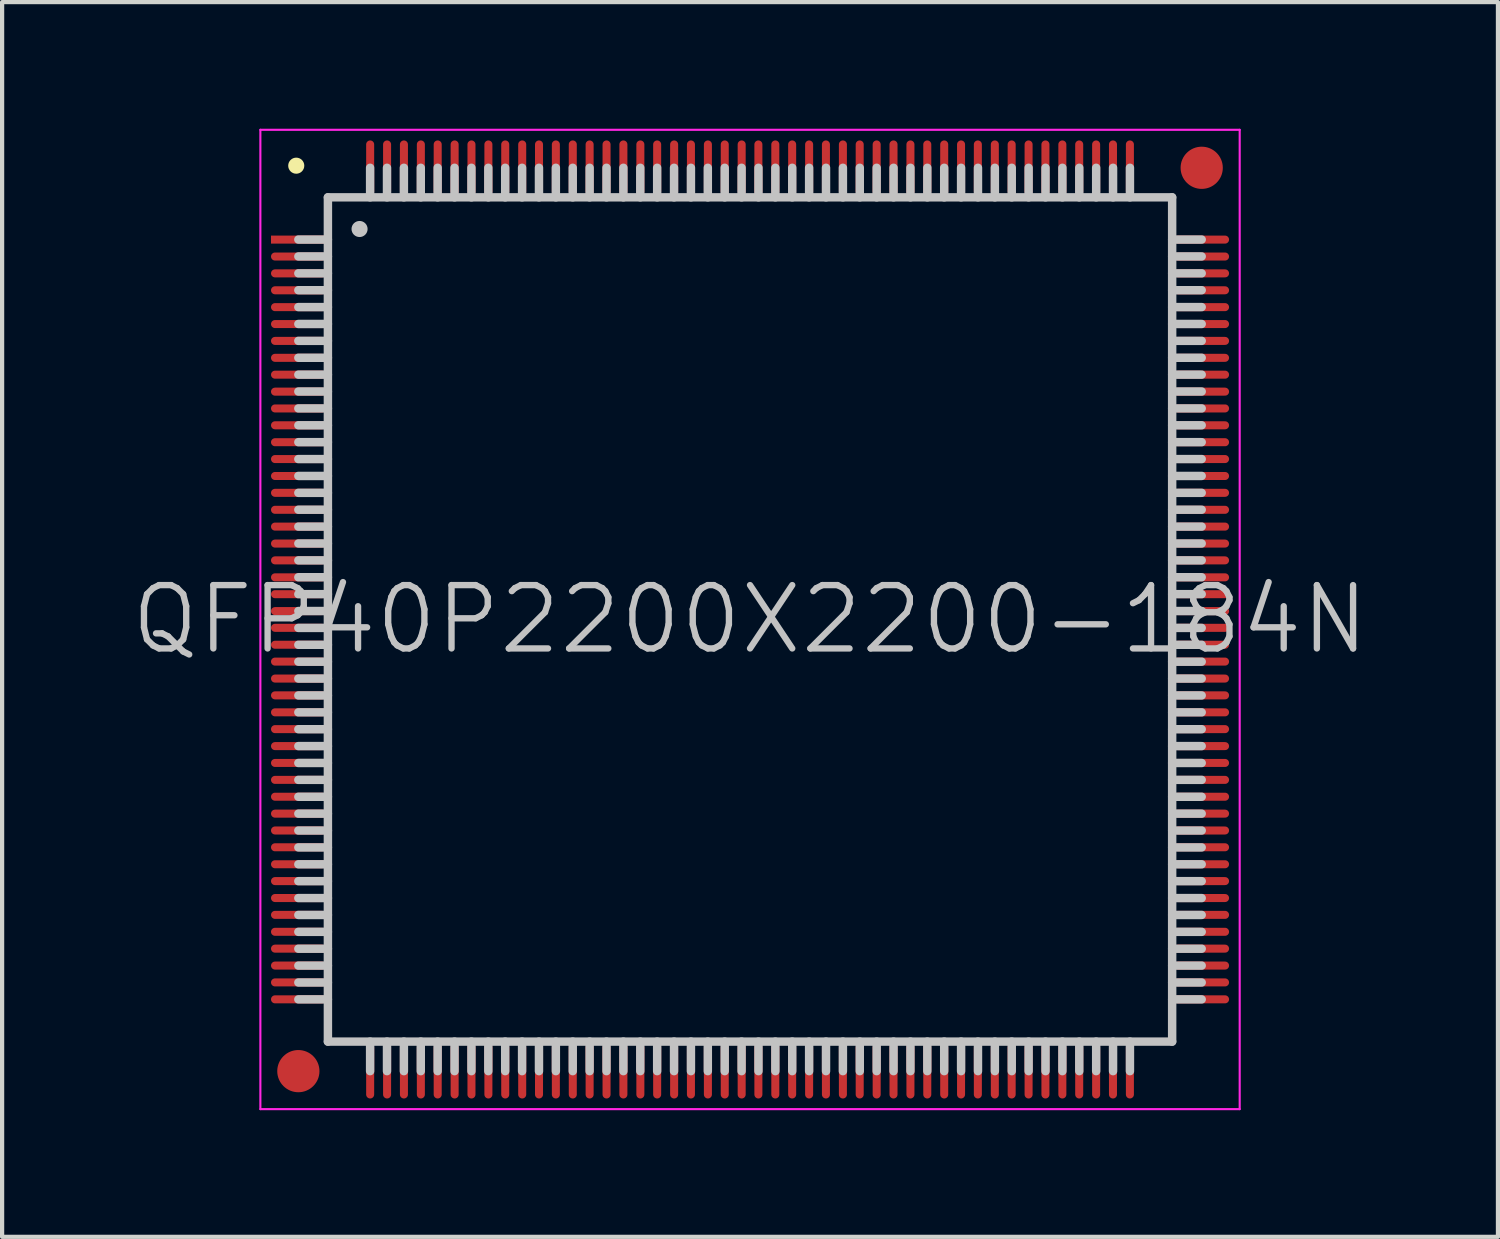
<source format=kicad_pcb>
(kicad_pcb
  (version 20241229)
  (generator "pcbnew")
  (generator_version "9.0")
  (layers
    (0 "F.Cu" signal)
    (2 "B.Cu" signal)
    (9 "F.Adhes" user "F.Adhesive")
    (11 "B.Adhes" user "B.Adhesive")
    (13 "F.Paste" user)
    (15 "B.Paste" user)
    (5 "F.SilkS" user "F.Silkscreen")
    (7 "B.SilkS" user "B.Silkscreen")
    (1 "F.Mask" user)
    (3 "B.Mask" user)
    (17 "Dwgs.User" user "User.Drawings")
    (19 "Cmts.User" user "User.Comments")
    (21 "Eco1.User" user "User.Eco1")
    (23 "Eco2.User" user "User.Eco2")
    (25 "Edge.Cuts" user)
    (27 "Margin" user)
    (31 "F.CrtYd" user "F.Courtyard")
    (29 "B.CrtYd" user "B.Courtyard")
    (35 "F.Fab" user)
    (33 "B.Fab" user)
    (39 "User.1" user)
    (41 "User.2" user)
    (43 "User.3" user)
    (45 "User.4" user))
  (footprint "QFP40P2200X2200-184N"
    (layer "F.Cu")
    (at 14.718 11.625)
    (property "Reference" "QFP40P2200X2200-184N" (at 0 0 0) (layer "Dwgs.User") (effects (font (size 1.5 1.5) (thickness 0.15))))
    (attr smd)
    (fp_line (start -10.75 -10.75) (end -10.75 -10.75) (stroke (width 0.381) (type solid)) (layer "F.SilkS"))
    (fp_line (start -10 -10) (end -10 10) (stroke (width 0.2) (type solid)) (layer "Dwgs.User"))
    (fp_line (start -10 -10) (end 10 -10) (stroke (width 0.2) (type solid)) (layer "Dwgs.User"))
    (fp_line (start -10 -9) (end -10.7 -9) (stroke (width 0.2) (type solid)) (layer "Dwgs.User"))
    (fp_line (start -10 -8.6) (end -10.7 -8.6) (stroke (width 0.2) (type solid)) (layer "Dwgs.User"))
    (fp_line (start -10 -8.2) (end -10.7 -8.2) (stroke (width 0.2) (type solid)) (layer "Dwgs.User"))
    (fp_line (start -10 -7.8) (end -10.7 -7.8) (stroke (width 0.2) (type solid)) (layer "Dwgs.User"))
    (fp_line (start -10 -7.4) (end -10.7 -7.4) (stroke (width 0.2) (type solid)) (layer "Dwgs.User"))
    (fp_line (start -10 -7) (end -10.7 -7) (stroke (width 0.2) (type solid)) (layer "Dwgs.User"))
    (fp_line (start -10 -6.6) (end -10.7 -6.6) (stroke (width 0.2) (type solid)) (layer "Dwgs.User"))
    (fp_line (start -10 -6.2) (end -10.7 -6.2) (stroke (width 0.2) (type solid)) (layer "Dwgs.User"))
    (fp_line (start -10 -5.8) (end -10.7 -5.8) (stroke (width 0.2) (type solid)) (layer "Dwgs.User"))
    (fp_line (start -10 -5.4) (end -10.7 -5.4) (stroke (width 0.2) (type solid)) (layer "Dwgs.User"))
    (fp_line (start -10 -5) (end -10.7 -5) (stroke (width 0.2) (type solid)) (layer "Dwgs.User"))
    (fp_line (start -10 -4.6) (end -10.7 -4.6) (stroke (width 0.2) (type solid)) (layer "Dwgs.User"))
    (fp_line (start -10 -4.2) (end -10.7 -4.2) (stroke (width 0.2) (type solid)) (layer "Dwgs.User"))
    (fp_line (start -10 -3.8) (end -10.7 -3.8) (stroke (width 0.2) (type solid)) (layer "Dwgs.User"))
    (fp_line (start -10 -3.4) (end -10.7 -3.4) (stroke (width 0.2) (type solid)) (layer "Dwgs.User"))
    (fp_line (start -10 -3) (end -10.7 -3) (stroke (width 0.2) (type solid)) (layer "Dwgs.User"))
    (fp_line (start -10 -2.6) (end -10.7 -2.6) (stroke (width 0.2) (type solid)) (layer "Dwgs.User"))
    (fp_line (start -10 -2.2) (end -10.7 -2.2) (stroke (width 0.2) (type solid)) (layer "Dwgs.User"))
    (fp_line (start -10 -1.8) (end -10.7 -1.8) (stroke (width 0.2) (type solid)) (layer "Dwgs.User"))
    (fp_line (start -10 -1.4) (end -10.7 -1.4) (stroke (width 0.2) (type solid)) (layer "Dwgs.User"))
    (fp_line (start -10 -1) (end -10.7 -1) (stroke (width 0.2) (type solid)) (layer "Dwgs.User"))
    (fp_line (start -10 -0.6) (end -10.7 -0.6) (stroke (width 0.2) (type solid)) (layer "Dwgs.User"))
    (fp_line (start -10 -0.2) (end -10.7 -0.2) (stroke (width 0.2) (type solid)) (layer "Dwgs.User"))
    (fp_line (start -10 0.2) (end -10.7 0.2) (stroke (width 0.2) (type solid)) (layer "Dwgs.User"))
    (fp_line (start -10 0.6) (end -10.7 0.6) (stroke (width 0.2) (type solid)) (layer "Dwgs.User"))
    (fp_line (start -10 1) (end -10.7 1) (stroke (width 0.2) (type solid)) (layer "Dwgs.User"))
    (fp_line (start -10 1.4) (end -10.7 1.4) (stroke (width 0.2) (type solid)) (layer "Dwgs.User"))
    (fp_line (start -10 1.8) (end -10.7 1.8) (stroke (width 0.2) (type solid)) (layer "Dwgs.User"))
    (fp_line (start -10 2.2) (end -10.7 2.2) (stroke (width 0.2) (type solid)) (layer "Dwgs.User"))
    (fp_line (start -10 2.6) (end -10.7 2.6) (stroke (width 0.2) (type solid)) (layer "Dwgs.User"))
    (fp_line (start -10 3) (end -10.7 3) (stroke (width 0.2) (type solid)) (layer "Dwgs.User"))
    (fp_line (start -10 3.4) (end -10.7 3.4) (stroke (width 0.2) (type solid)) (layer "Dwgs.User"))
    (fp_line (start -10 3.8) (end -10.7 3.8) (stroke (width 0.2) (type solid)) (layer "Dwgs.User"))
    (fp_line (start -10 4.2) (end -10.7 4.2) (stroke (width 0.2) (type solid)) (layer "Dwgs.User"))
    (fp_line (start -10 4.6) (end -10.7 4.6) (stroke (width 0.2) (type solid)) (layer "Dwgs.User"))
    (fp_line (start -10 5) (end -10.7 5) (stroke (width 0.2) (type solid)) (layer "Dwgs.User"))
    (fp_line (start -10 5.4) (end -10.7 5.4) (stroke (width 0.2) (type solid)) (layer "Dwgs.User"))
    (fp_line (start -10 5.8) (end -10.7 5.8) (stroke (width 0.2) (type solid)) (layer "Dwgs.User"))
    (fp_line (start -10 6.2) (end -10.7 6.2) (stroke (width 0.2) (type solid)) (layer "Dwgs.User"))
    (fp_line (start -10 6.6) (end -10.7 6.6) (stroke (width 0.2) (type solid)) (layer "Dwgs.User"))
    (fp_line (start -10 7) (end -10.7 7) (stroke (width 0.2) (type solid)) (layer "Dwgs.User"))
    (fp_line (start -10 7.4) (end -10.7 7.4) (stroke (width 0.2) (type solid)) (layer "Dwgs.User"))
    (fp_line (start -10 7.8) (end -10.7 7.8) (stroke (width 0.2) (type solid)) (layer "Dwgs.User"))
    (fp_line (start -10 8.2) (end -10.7 8.2) (stroke (width 0.2) (type solid)) (layer "Dwgs.User"))
    (fp_line (start -10 8.6) (end -10.7 8.6) (stroke (width 0.2) (type solid)) (layer "Dwgs.User"))
    (fp_line (start -10 9) (end -10.7 9) (stroke (width 0.2) (type solid)) (layer "Dwgs.User"))
    (fp_line (start -10 10) (end 10 10) (stroke (width 0.2) (type solid)) (layer "Dwgs.User"))
    (fp_line (start -9.25 -9.25) (end -9.25 -9.25) (stroke (width 0.381) (type solid)) (layer "Dwgs.User"))
    (fp_line (start -9 -10) (end -9 -10.7) (stroke (width 0.2) (type solid)) (layer "Dwgs.User"))
    (fp_line (start -9 10.7) (end -9 10) (stroke (width 0.2) (type solid)) (layer "Dwgs.User"))
    (fp_line (start -8.6 -10) (end -8.6 -10.7) (stroke (width 0.2) (type solid)) (layer "Dwgs.User"))
    (fp_line (start -8.6 10.7) (end -8.6 10) (stroke (width 0.2) (type solid)) (layer "Dwgs.User"))
    (fp_line (start -8.2 -10) (end -8.2 -10.7) (stroke (width 0.2) (type solid)) (layer "Dwgs.User"))
    (fp_line (start -8.2 10.7) (end -8.2 10) (stroke (width 0.2) (type solid)) (layer "Dwgs.User"))
    (fp_line (start -7.8 -10) (end -7.8 -10.7) (stroke (width 0.2) (type solid)) (layer "Dwgs.User"))
    (fp_line (start -7.8 10.7) (end -7.8 10) (stroke (width 0.2) (type solid)) (layer "Dwgs.User"))
    (fp_line (start -7.4 -10) (end -7.4 -10.7) (stroke (width 0.2) (type solid)) (layer "Dwgs.User"))
    (fp_line (start -7.4 10.7) (end -7.4 10) (stroke (width 0.2) (type solid)) (layer "Dwgs.User"))
    (fp_line (start -7 -10) (end -7 -10.7) (stroke (width 0.2) (type solid)) (layer "Dwgs.User"))
    (fp_line (start -7 10.7) (end -7 10) (stroke (width 0.2) (type solid)) (layer "Dwgs.User"))
    (fp_line (start -6.6 -10) (end -6.6 -10.7) (stroke (width 0.2) (type solid)) (layer "Dwgs.User"))
    (fp_line (start -6.6 10.7) (end -6.6 10) (stroke (width 0.2) (type solid)) (layer "Dwgs.User"))
    (fp_line (start -6.2 -10) (end -6.2 -10.7) (stroke (width 0.2) (type solid)) (layer "Dwgs.User"))
    (fp_line (start -6.2 10.7) (end -6.2 10) (stroke (width 0.2) (type solid)) (layer "Dwgs.User"))
    (fp_line (start -5.8 -10) (end -5.8 -10.7) (stroke (width 0.2) (type solid)) (layer "Dwgs.User"))
    (fp_line (start -5.8 10.7) (end -5.8 10) (stroke (width 0.2) (type solid)) (layer "Dwgs.User"))
    (fp_line (start -5.4 -10) (end -5.4 -10.7) (stroke (width 0.2) (type solid)) (layer "Dwgs.User"))
    (fp_line (start -5.4 10.7) (end -5.4 10) (stroke (width 0.2) (type solid)) (layer "Dwgs.User"))
    (fp_line (start -5 -10) (end -5 -10.7) (stroke (width 0.2) (type solid)) (layer "Dwgs.User"))
    (fp_line (start -5 10.7) (end -5 10) (stroke (width 0.2) (type solid)) (layer "Dwgs.User"))
    (fp_line (start -4.6 -10) (end -4.6 -10.7) (stroke (width 0.2) (type solid)) (layer "Dwgs.User"))
    (fp_line (start -4.6 10.7) (end -4.6 10) (stroke (width 0.2) (type solid)) (layer "Dwgs.User"))
    (fp_line (start -4.2 -10) (end -4.2 -10.7) (stroke (width 0.2) (type solid)) (layer "Dwgs.User"))
    (fp_line (start -4.2 10.7) (end -4.2 10) (stroke (width 0.2) (type solid)) (layer "Dwgs.User"))
    (fp_line (start -3.8 -10) (end -3.8 -10.7) (stroke (width 0.2) (type solid)) (layer "Dwgs.User"))
    (fp_line (start -3.8 10.7) (end -3.8 10) (stroke (width 0.2) (type solid)) (layer "Dwgs.User"))
    (fp_line (start -3.4 -10) (end -3.4 -10.7) (stroke (width 0.2) (type solid)) (layer "Dwgs.User"))
    (fp_line (start -3.4 10.7) (end -3.4 10) (stroke (width 0.2) (type solid)) (layer "Dwgs.User"))
    (fp_line (start -3 -10) (end -3 -10.7) (stroke (width 0.2) (type solid)) (layer "Dwgs.User"))
    (fp_line (start -3 10.7) (end -3 10) (stroke (width 0.2) (type solid)) (layer "Dwgs.User"))
    (fp_line (start -2.6 -10) (end -2.6 -10.7) (stroke (width 0.2) (type solid)) (layer "Dwgs.User"))
    (fp_line (start -2.6 10.7) (end -2.6 10) (stroke (width 0.2) (type solid)) (layer "Dwgs.User"))
    (fp_line (start -2.2 -10) (end -2.2 -10.7) (stroke (width 0.2) (type solid)) (layer "Dwgs.User"))
    (fp_line (start -2.2 10.7) (end -2.2 10) (stroke (width 0.2) (type solid)) (layer "Dwgs.User"))
    (fp_line (start -1.8 -10) (end -1.8 -10.7) (stroke (width 0.2) (type solid)) (layer "Dwgs.User"))
    (fp_line (start -1.8 10.7) (end -1.8 10) (stroke (width 0.2) (type solid)) (layer "Dwgs.User"))
    (fp_line (start -1.4 -10) (end -1.4 -10.7) (stroke (width 0.2) (type solid)) (layer "Dwgs.User"))
    (fp_line (start -1.4 10.7) (end -1.4 10) (stroke (width 0.2) (type solid)) (layer "Dwgs.User"))
    (fp_line (start -1 -10) (end -1 -10.7) (stroke (width 0.2) (type solid)) (layer "Dwgs.User"))
    (fp_line (start -1 10.7) (end -1 10) (stroke (width 0.2) (type solid)) (layer "Dwgs.User"))
    (fp_line (start -0.6 -10) (end -0.6 -10.7) (stroke (width 0.2) (type solid)) (layer "Dwgs.User"))
    (fp_line (start -0.6 10.7) (end -0.6 10) (stroke (width 0.2) (type solid)) (layer "Dwgs.User"))
    (fp_line (start -0.2 -10) (end -0.2 -10.7) (stroke (width 0.2) (type solid)) (layer "Dwgs.User"))
    (fp_line (start -0.2 10.7) (end -0.2 10) (stroke (width 0.2) (type solid)) (layer "Dwgs.User"))
    (fp_line (start 0.2 -10) (end 0.2 -10.7) (stroke (width 0.2) (type solid)) (layer "Dwgs.User"))
    (fp_line (start 0.2 10.7) (end 0.2 10) (stroke (width 0.2) (type solid)) (layer "Dwgs.User"))
    (fp_line (start 0.6 -10) (end 0.6 -10.7) (stroke (width 0.2) (type solid)) (layer "Dwgs.User"))
    (fp_line (start 0.6 10.7) (end 0.6 10) (stroke (width 0.2) (type solid)) (layer "Dwgs.User"))
    (fp_line (start 1 -10) (end 1 -10.7) (stroke (width 0.2) (type solid)) (layer "Dwgs.User"))
    (fp_line (start 1 10.7) (end 1 10) (stroke (width 0.2) (type solid)) (layer "Dwgs.User"))
    (fp_line (start 1.4 -10) (end 1.4 -10.7) (stroke (width 0.2) (type solid)) (layer "Dwgs.User"))
    (fp_line (start 1.4 10.7) (end 1.4 10) (stroke (width 0.2) (type solid)) (layer "Dwgs.User"))
    (fp_line (start 1.8 -10) (end 1.8 -10.7) (stroke (width 0.2) (type solid)) (layer "Dwgs.User"))
    (fp_line (start 1.8 10.7) (end 1.8 10) (stroke (width 0.2) (type solid)) (layer "Dwgs.User"))
    (fp_line (start 2.2 -10) (end 2.2 -10.7) (stroke (width 0.2) (type solid)) (layer "Dwgs.User"))
    (fp_line (start 2.2 10.7) (end 2.2 10) (stroke (width 0.2) (type solid)) (layer "Dwgs.User"))
    (fp_line (start 2.6 -10) (end 2.6 -10.7) (stroke (width 0.2) (type solid)) (layer "Dwgs.User"))
    (fp_line (start 2.6 10.7) (end 2.6 10) (stroke (width 0.2) (type solid)) (layer "Dwgs.User"))
    (fp_line (start 3 -10) (end 3 -10.7) (stroke (width 0.2) (type solid)) (layer "Dwgs.User"))
    (fp_line (start 3 10.7) (end 3 10) (stroke (width 0.2) (type solid)) (layer "Dwgs.User"))
    (fp_line (start 3.4 -10) (end 3.4 -10.7) (stroke (width 0.2) (type solid)) (layer "Dwgs.User"))
    (fp_line (start 3.4 10.7) (end 3.4 10) (stroke (width 0.2) (type solid)) (layer "Dwgs.User"))
    (fp_line (start 3.8 -10) (end 3.8 -10.7) (stroke (width 0.2) (type solid)) (layer "Dwgs.User"))
    (fp_line (start 3.8 10.7) (end 3.8 10) (stroke (width 0.2) (type solid)) (layer "Dwgs.User"))
    (fp_line (start 4.2 -10) (end 4.2 -10.7) (stroke (width 0.2) (type solid)) (layer "Dwgs.User"))
    (fp_line (start 4.2 10.7) (end 4.2 10) (stroke (width 0.2) (type solid)) (layer "Dwgs.User"))
    (fp_line (start 4.6 -10) (end 4.6 -10.7) (stroke (width 0.2) (type solid)) (layer "Dwgs.User"))
    (fp_line (start 4.6 10.7) (end 4.6 10) (stroke (width 0.2) (type solid)) (layer "Dwgs.User"))
    (fp_line (start 5 -10) (end 5 -10.7) (stroke (width 0.2) (type solid)) (layer "Dwgs.User"))
    (fp_line (start 5 10.7) (end 5 10) (stroke (width 0.2) (type solid)) (layer "Dwgs.User"))
    (fp_line (start 5.4 -10) (end 5.4 -10.7) (stroke (width 0.2) (type solid)) (layer "Dwgs.User"))
    (fp_line (start 5.4 10.7) (end 5.4 10) (stroke (width 0.2) (type solid)) (layer "Dwgs.User"))
    (fp_line (start 5.8 -10) (end 5.8 -10.7) (stroke (width 0.2) (type solid)) (layer "Dwgs.User"))
    (fp_line (start 5.8 10.7) (end 5.8 10) (stroke (width 0.2) (type solid)) (layer "Dwgs.User"))
    (fp_line (start 6.2 -10) (end 6.2 -10.7) (stroke (width 0.2) (type solid)) (layer "Dwgs.User"))
    (fp_line (start 6.2 10.7) (end 6.2 10) (stroke (width 0.2) (type solid)) (layer "Dwgs.User"))
    (fp_line (start 6.6 -10) (end 6.6 -10.7) (stroke (width 0.2) (type solid)) (layer "Dwgs.User"))
    (fp_line (start 6.6 10.7) (end 6.6 10) (stroke (width 0.2) (type solid)) (layer "Dwgs.User"))
    (fp_line (start 7 -10) (end 7 -10.7) (stroke (width 0.2) (type solid)) (layer "Dwgs.User"))
    (fp_line (start 7 10.7) (end 7 10) (stroke (width 0.2) (type solid)) (layer "Dwgs.User"))
    (fp_line (start 7.4 -10) (end 7.4 -10.7) (stroke (width 0.2) (type solid)) (layer "Dwgs.User"))
    (fp_line (start 7.4 10.7) (end 7.4 10) (stroke (width 0.2) (type solid)) (layer "Dwgs.User"))
    (fp_line (start 7.8 -10) (end 7.8 -10.7) (stroke (width 0.2) (type solid)) (layer "Dwgs.User"))
    (fp_line (start 7.8 10.7) (end 7.8 10) (stroke (width 0.2) (type solid)) (layer "Dwgs.User"))
    (fp_line (start 8.2 -10) (end 8.2 -10.7) (stroke (width 0.2) (type solid)) (layer "Dwgs.User"))
    (fp_line (start 8.2 10.7) (end 8.2 10) (stroke (width 0.2) (type solid)) (layer "Dwgs.User"))
    (fp_line (start 8.6 -10) (end 8.6 -10.7) (stroke (width 0.2) (type solid)) (layer "Dwgs.User"))
    (fp_line (start 8.6 10.7) (end 8.6 10) (stroke (width 0.2) (type solid)) (layer "Dwgs.User"))
    (fp_line (start 9 -10) (end 9 -10.7) (stroke (width 0.2) (type solid)) (layer "Dwgs.User"))
    (fp_line (start 9 10.7) (end 9 10) (stroke (width 0.2) (type solid)) (layer "Dwgs.User"))
    (fp_line (start 10 -10) (end 10 10) (stroke (width 0.2) (type solid)) (layer "Dwgs.User"))
    (fp_line (start 10.7 -9) (end 10 -9) (stroke (width 0.2) (type solid)) (layer "Dwgs.User"))
    (fp_line (start 10.7 -8.6) (end 10 -8.6) (stroke (width 0.2) (type solid)) (layer "Dwgs.User"))
    (fp_line (start 10.7 -8.2) (end 10 -8.2) (stroke (width 0.2) (type solid)) (layer "Dwgs.User"))
    (fp_line (start 10.7 -7.8) (end 10 -7.8) (stroke (width 0.2) (type solid)) (layer "Dwgs.User"))
    (fp_line (start 10.7 -7.4) (end 10 -7.4) (stroke (width 0.2) (type solid)) (layer "Dwgs.User"))
    (fp_line (start 10.7 -7) (end 10 -7) (stroke (width 0.2) (type solid)) (layer "Dwgs.User"))
    (fp_line (start 10.7 -6.6) (end 10 -6.6) (stroke (width 0.2) (type solid)) (layer "Dwgs.User"))
    (fp_line (start 10.7 -6.2) (end 10 -6.2) (stroke (width 0.2) (type solid)) (layer "Dwgs.User"))
    (fp_line (start 10.7 -5.8) (end 10 -5.8) (stroke (width 0.2) (type solid)) (layer "Dwgs.User"))
    (fp_line (start 10.7 -5.4) (end 10 -5.4) (stroke (width 0.2) (type solid)) (layer "Dwgs.User"))
    (fp_line (start 10.7 -5) (end 10 -5) (stroke (width 0.2) (type solid)) (layer "Dwgs.User"))
    (fp_line (start 10.7 -4.6) (end 10 -4.6) (stroke (width 0.2) (type solid)) (layer "Dwgs.User"))
    (fp_line (start 10.7 -4.2) (end 10 -4.2) (stroke (width 0.2) (type solid)) (layer "Dwgs.User"))
    (fp_line (start 10.7 -3.8) (end 10 -3.8) (stroke (width 0.2) (type solid)) (layer "Dwgs.User"))
    (fp_line (start 10.7 -3.4) (end 10 -3.4) (stroke (width 0.2) (type solid)) (layer "Dwgs.User"))
    (fp_line (start 10.7 -3) (end 10 -3) (stroke (width 0.2) (type solid)) (layer "Dwgs.User"))
    (fp_line (start 10.7 -2.6) (end 10 -2.6) (stroke (width 0.2) (type solid)) (layer "Dwgs.User"))
    (fp_line (start 10.7 -2.2) (end 10 -2.2) (stroke (width 0.2) (type solid)) (layer "Dwgs.User"))
    (fp_line (start 10.7 -1.8) (end 10 -1.8) (stroke (width 0.2) (type solid)) (layer "Dwgs.User"))
    (fp_line (start 10.7 -1.4) (end 10 -1.4) (stroke (width 0.2) (type solid)) (layer "Dwgs.User"))
    (fp_line (start 10.7 -1) (end 10 -1) (stroke (width 0.2) (type solid)) (layer "Dwgs.User"))
    (fp_line (start 10.7 -0.6) (end 10 -0.6) (stroke (width 0.2) (type solid)) (layer "Dwgs.User"))
    (fp_line (start 10.7 -0.2) (end 10 -0.2) (stroke (width 0.2) (type solid)) (layer "Dwgs.User"))
    (fp_line (start 10.7 0.2) (end 10 0.2) (stroke (width 0.2) (type solid)) (layer "Dwgs.User"))
    (fp_line (start 10.7 0.6) (end 10 0.6) (stroke (width 0.2) (type solid)) (layer "Dwgs.User"))
    (fp_line (start 10.7 1) (end 10 1) (stroke (width 0.2) (type solid)) (layer "Dwgs.User"))
    (fp_line (start 10.7 1.4) (end 10 1.4) (stroke (width 0.2) (type solid)) (layer "Dwgs.User"))
    (fp_line (start 10.7 1.8) (end 10 1.8) (stroke (width 0.2) (type solid)) (layer "Dwgs.User"))
    (fp_line (start 10.7 2.2) (end 10 2.2) (stroke (width 0.2) (type solid)) (layer "Dwgs.User"))
    (fp_line (start 10.7 2.6) (end 10 2.6) (stroke (width 0.2) (type solid)) (layer "Dwgs.User"))
    (fp_line (start 10.7 3) (end 10 3) (stroke (width 0.2) (type solid)) (layer "Dwgs.User"))
    (fp_line (start 10.7 3.4) (end 10 3.4) (stroke (width 0.2) (type solid)) (layer "Dwgs.User"))
    (fp_line (start 10.7 3.8) (end 10 3.8) (stroke (width 0.2) (type solid)) (layer "Dwgs.User"))
    (fp_line (start 10.7 4.2) (end 10 4.2) (stroke (width 0.2) (type solid)) (layer "Dwgs.User"))
    (fp_line (start 10.7 4.6) (end 10 4.6) (stroke (width 0.2) (type solid)) (layer "Dwgs.User"))
    (fp_line (start 10.7 5) (end 10 5) (stroke (width 0.2) (type solid)) (layer "Dwgs.User"))
    (fp_line (start 10.7 5.4) (end 10 5.4) (stroke (width 0.2) (type solid)) (layer "Dwgs.User"))
    (fp_line (start 10.7 5.8) (end 10 5.8) (stroke (width 0.2) (type solid)) (layer "Dwgs.User"))
    (fp_line (start 10.7 6.2) (end 10 6.2) (stroke (width 0.2) (type solid)) (layer "Dwgs.User"))
    (fp_line (start 10.7 6.6) (end 10 6.6) (stroke (width 0.2) (type solid)) (layer "Dwgs.User"))
    (fp_line (start 10.7 7) (end 10 7) (stroke (width 0.2) (type solid)) (layer "Dwgs.User"))
    (fp_line (start 10.7 7.4) (end 10 7.4) (stroke (width 0.2) (type solid)) (layer "Dwgs.User"))
    (fp_line (start 10.7 7.8) (end 10 7.8) (stroke (width 0.2) (type solid)) (layer "Dwgs.User"))
    (fp_line (start 10.7 8.2) (end 10 8.2) (stroke (width 0.2) (type solid)) (layer "Dwgs.User"))
    (fp_line (start 10.7 8.6) (end 10 8.6) (stroke (width 0.2) (type solid)) (layer "Dwgs.User"))
    (fp_line (start 10.7 9) (end 10 9) (stroke (width 0.2) (type solid)) (layer "Dwgs.User"))
    (fp_line (start -11.6 -11.6) (end -11.6 11.6) (stroke (width 0.05) (type solid)) (layer "F.CrtYd"))
    (fp_line (start -11.6 -11.6) (end 11.6 -11.6) (stroke (width 0.05) (type solid)) (layer "F.CrtYd"))
    (fp_line (start -11.6 11.6) (end 11.6 11.6) (stroke (width 0.05) (type solid)) (layer "F.CrtYd"))
    (fp_line (start 11.6 -11.6) (end 11.6 11.6) (stroke (width 0.05) (type solid)) (layer "F.CrtYd"))
    (pad "" smd circle (at -10.7 10.7) (size 1 1) (layers "F.Cu" "F.Mask"))
    (pad "" smd circle (at 10.7 -10.7) (size 1 1) (layers "F.Cu" "F.Mask"))
    (pad "1" smd rect (at -10.698 -8.999 90) (size 0.19 1.3) (layers "F.Cu" "F.Mask" "F.Paste"))
    (pad "2" smd oval (at -10.698 -8.598 90) (size 0.19 1.3) (layers "F.Cu" "F.Mask" "F.Paste"))
    (pad "3" smd oval (at -10.698 -8.199 90) (size 0.19 1.3) (layers "F.Cu" "F.Mask" "F.Paste"))
    (pad "4" smd oval (at -10.698 -7.798 90) (size 0.19 1.3) (layers "F.Cu" "F.Mask" "F.Paste"))
    (pad "5" smd oval (at -10.698 -7.399 90) (size 0.19 1.3) (layers "F.Cu" "F.Mask" "F.Paste"))
    (pad "6" smd oval (at -10.698 -6.998 90) (size 0.19 1.3) (layers "F.Cu" "F.Mask" "F.Paste"))
    (pad "7" smd oval (at -10.698 -6.599 90) (size 0.19 1.3) (layers "F.Cu" "F.Mask" "F.Paste"))
    (pad "8" smd oval (at -10.698 -6.198 90) (size 0.19 1.3) (layers "F.Cu" "F.Mask" "F.Paste"))
    (pad "9" smd oval (at -10.698 -5.799 90) (size 0.19 1.3) (layers "F.Cu" "F.Mask" "F.Paste"))
    (pad "10" smd oval (at -10.698 -5.397 90) (size 0.19 1.3) (layers "F.Cu" "F.Mask" "F.Paste"))
    (pad "11" smd oval (at -10.698 -4.999 90) (size 0.19 1.3) (layers "F.Cu" "F.Mask" "F.Paste"))
    (pad "12" smd oval (at -10.698 -4.6 90) (size 0.19 1.3) (layers "F.Cu" "F.Mask" "F.Paste"))
    (pad "13" smd oval (at -10.698 -4.199 90) (size 0.19 1.3) (layers "F.Cu" "F.Mask" "F.Paste"))
    (pad "14" smd oval (at -10.698 -3.8 90) (size 0.19 1.3) (layers "F.Cu" "F.Mask" "F.Paste"))
    (pad "15" smd oval (at -10.698 -3.399 90) (size 0.19 1.3) (layers "F.Cu" "F.Mask" "F.Paste"))
    (pad "16" smd oval (at -10.698 -3 90) (size 0.19 1.3) (layers "F.Cu" "F.Mask" "F.Paste"))
    (pad "17" smd oval (at -10.698 -2.598 90) (size 0.19 1.3) (layers "F.Cu" "F.Mask" "F.Paste"))
    (pad "18" smd oval (at -10.698 -2.2 90) (size 0.19 1.3) (layers "F.Cu" "F.Mask" "F.Paste"))
    (pad "19" smd oval (at -10.698 -1.798 90) (size 0.19 1.3) (layers "F.Cu" "F.Mask" "F.Paste"))
    (pad "20" smd oval (at -10.698 -1.4 90) (size 0.19 1.3) (layers "F.Cu" "F.Mask" "F.Paste"))
    (pad "21" smd oval (at -10.698 -0.998 90) (size 0.19 1.3) (layers "F.Cu" "F.Mask" "F.Paste"))
    (pad "22" smd oval (at -10.698 -0.599 90) (size 0.19 1.3) (layers "F.Cu" "F.Mask" "F.Paste"))
    (pad "23" smd oval (at -10.698 -0.198 90) (size 0.19 1.3) (layers "F.Cu" "F.Mask" "F.Paste"))
    (pad "24" smd oval (at -10.698 0.198 90) (size 0.19 1.3) (layers "F.Cu" "F.Mask" "F.Paste"))
    (pad "25" smd oval (at -10.698 0.599 90) (size 0.19 1.3) (layers "F.Cu" "F.Mask" "F.Paste"))
    (pad "26" smd oval (at -10.698 0.998 90) (size 0.19 1.3) (layers "F.Cu" "F.Mask" "F.Paste"))
    (pad "27" smd oval (at -10.698 1.4 90) (size 0.19 1.3) (layers "F.Cu" "F.Mask" "F.Paste"))
    (pad "28" smd oval (at -10.698 1.798 90) (size 0.19 1.3) (layers "F.Cu" "F.Mask" "F.Paste"))
    (pad "29" smd oval (at -10.698 2.2 90) (size 0.19 1.3) (layers "F.Cu" "F.Mask" "F.Paste"))
    (pad "30" smd oval (at -10.698 2.598 90) (size 0.19 1.3) (layers "F.Cu" "F.Mask" "F.Paste"))
    (pad "31" smd oval (at -10.698 3 90) (size 0.19 1.3) (layers "F.Cu" "F.Mask" "F.Paste"))
    (pad "32" smd oval (at -10.698 3.399 90) (size 0.19 1.3) (layers "F.Cu" "F.Mask" "F.Paste"))
    (pad "33" smd oval (at -10.698 3.8 90) (size 0.19 1.3) (layers "F.Cu" "F.Mask" "F.Paste"))
    (pad "34" smd oval (at -10.698 4.199 90) (size 0.19 1.3) (layers "F.Cu" "F.Mask" "F.Paste"))
    (pad "35" smd oval (at -10.698 4.6 90) (size 0.19 1.3) (layers "F.Cu" "F.Mask" "F.Paste"))
    (pad "36" smd oval (at -10.698 4.999 90) (size 0.19 1.3) (layers "F.Cu" "F.Mask" "F.Paste"))
    (pad "37" smd oval (at -10.698 5.397 90) (size 0.19 1.3) (layers "F.Cu" "F.Mask" "F.Paste"))
    (pad "38" smd oval (at -10.698 5.799 90) (size 0.19 1.3) (layers "F.Cu" "F.Mask" "F.Paste"))
    (pad "39" smd oval (at -10.698 6.198 90) (size 0.19 1.3) (layers "F.Cu" "F.Mask" "F.Paste"))
    (pad "40" smd oval (at -10.698 6.599 90) (size 0.19 1.3) (layers "F.Cu" "F.Mask" "F.Paste"))
    (pad "41" smd oval (at -10.698 6.998 90) (size 0.19 1.3) (layers "F.Cu" "F.Mask" "F.Paste"))
    (pad "42" smd oval (at -10.698 7.399 90) (size 0.19 1.3) (layers "F.Cu" "F.Mask" "F.Paste"))
    (pad "43" smd oval (at -10.698 7.798 90) (size 0.19 1.3) (layers "F.Cu" "F.Mask" "F.Paste"))
    (pad "44" smd oval (at -10.698 8.199 90) (size 0.19 1.3) (layers "F.Cu" "F.Mask" "F.Paste"))
    (pad "45" smd oval (at -10.698 8.598 90) (size 0.19 1.3) (layers "F.Cu" "F.Mask" "F.Paste"))
    (pad "46" smd oval (at -10.698 8.999 90) (size 0.19 1.3) (layers "F.Cu" "F.Mask" "F.Paste"))
    (pad "47" smd oval (at -8.999 10.698 180) (size 0.19 1.3) (layers "F.Cu" "F.Mask" "F.Paste"))
    (pad "48" smd oval (at -8.598 10.698 180) (size 0.19 1.3) (layers "F.Cu" "F.Mask" "F.Paste"))
    (pad "49" smd oval (at -8.199 10.698 180) (size 0.19 1.3) (layers "F.Cu" "F.Mask" "F.Paste"))
    (pad "50" smd oval (at -7.798 10.698 180) (size 0.19 1.3) (layers "F.Cu" "F.Mask" "F.Paste"))
    (pad "51" smd oval (at -7.399 10.698 180) (size 0.19 1.3) (layers "F.Cu" "F.Mask" "F.Paste"))
    (pad "52" smd oval (at -6.998 10.698 180) (size 0.19 1.3) (layers "F.Cu" "F.Mask" "F.Paste"))
    (pad "53" smd oval (at -6.599 10.698 180) (size 0.19 1.3) (layers "F.Cu" "F.Mask" "F.Paste"))
    (pad "54" smd oval (at -6.198 10.698 180) (size 0.19 1.3) (layers "F.Cu" "F.Mask" "F.Paste"))
    (pad "55" smd oval (at -5.799 10.698 180) (size 0.19 1.3) (layers "F.Cu" "F.Mask" "F.Paste"))
    (pad "56" smd oval (at -5.397 10.698 180) (size 0.19 1.3) (layers "F.Cu" "F.Mask" "F.Paste"))
    (pad "57" smd oval (at -4.999 10.698 180) (size 0.19 1.3) (layers "F.Cu" "F.Mask" "F.Paste"))
    (pad "58" smd oval (at -4.6 10.698 180) (size 0.19 1.3) (layers "F.Cu" "F.Mask" "F.Paste"))
    (pad "59" smd oval (at -4.199 10.698 180) (size 0.19 1.3) (layers "F.Cu" "F.Mask" "F.Paste"))
    (pad "60" smd oval (at -3.8 10.698 180) (size 0.19 1.3) (layers "F.Cu" "F.Mask" "F.Paste"))
    (pad "61" smd oval (at -3.399 10.698 180) (size 0.19 1.3) (layers "F.Cu" "F.Mask" "F.Paste"))
    (pad "62" smd oval (at -3 10.698 180) (size 0.19 1.3) (layers "F.Cu" "F.Mask" "F.Paste"))
    (pad "63" smd oval (at -2.598 10.698 180) (size 0.19 1.3) (layers "F.Cu" "F.Mask" "F.Paste"))
    (pad "64" smd oval (at -2.2 10.698 180) (size 0.19 1.3) (layers "F.Cu" "F.Mask" "F.Paste"))
    (pad "65" smd oval (at -1.798 10.698 180) (size 0.19 1.3) (layers "F.Cu" "F.Mask" "F.Paste"))
    (pad "66" smd oval (at -1.4 10.698 180) (size 0.19 1.3) (layers "F.Cu" "F.Mask" "F.Paste"))
    (pad "67" smd oval (at -0.998 10.698 180) (size 0.19 1.3) (layers "F.Cu" "F.Mask" "F.Paste"))
    (pad "68" smd oval (at -0.599 10.698 180) (size 0.19 1.3) (layers "F.Cu" "F.Mask" "F.Paste"))
    (pad "69" smd oval (at -0.198 10.698 180) (size 0.19 1.3) (layers "F.Cu" "F.Mask" "F.Paste"))
    (pad "70" smd oval (at 0.198 10.698 180) (size 0.19 1.3) (layers "F.Cu" "F.Mask" "F.Paste"))
    (pad "71" smd oval (at 0.599 10.698 180) (size 0.19 1.3) (layers "F.Cu" "F.Mask" "F.Paste"))
    (pad "72" smd oval (at 0.998 10.698 180) (size 0.19 1.3) (layers "F.Cu" "F.Mask" "F.Paste"))
    (pad "73" smd oval (at 1.4 10.698 180) (size 0.19 1.3) (layers "F.Cu" "F.Mask" "F.Paste"))
    (pad "74" smd oval (at 1.798 10.698 180) (size 0.19 1.3) (layers "F.Cu" "F.Mask" "F.Paste"))
    (pad "75" smd oval (at 2.2 10.698 180) (size 0.19 1.3) (layers "F.Cu" "F.Mask" "F.Paste"))
    (pad "76" smd oval (at 2.598 10.698 180) (size 0.19 1.3) (layers "F.Cu" "F.Mask" "F.Paste"))
    (pad "77" smd oval (at 3 10.698 180) (size 0.19 1.3) (layers "F.Cu" "F.Mask" "F.Paste"))
    (pad "78" smd oval (at 3.399 10.698 180) (size 0.19 1.3) (layers "F.Cu" "F.Mask" "F.Paste"))
    (pad "79" smd oval (at 3.8 10.698 180) (size 0.19 1.3) (layers "F.Cu" "F.Mask" "F.Paste"))
    (pad "80" smd oval (at 4.199 10.698 180) (size 0.19 1.3) (layers "F.Cu" "F.Mask" "F.Paste"))
    (pad "81" smd oval (at 4.6 10.698 180) (size 0.19 1.3) (layers "F.Cu" "F.Mask" "F.Paste"))
    (pad "82" smd oval (at 4.999 10.698 180) (size 0.19 1.3) (layers "F.Cu" "F.Mask" "F.Paste"))
    (pad "83" smd oval (at 5.397 10.698 180) (size 0.19 1.3) (layers "F.Cu" "F.Mask" "F.Paste"))
    (pad "84" smd oval (at 5.799 10.698 180) (size 0.19 1.3) (layers "F.Cu" "F.Mask" "F.Paste"))
    (pad "85" smd oval (at 6.198 10.698 180) (size 0.19 1.3) (layers "F.Cu" "F.Mask" "F.Paste"))
    (pad "86" smd oval (at 6.599 10.698 180) (size 0.19 1.3) (layers "F.Cu" "F.Mask" "F.Paste"))
    (pad "87" smd oval (at 6.998 10.698 180) (size 0.19 1.3) (layers "F.Cu" "F.Mask" "F.Paste"))
    (pad "88" smd oval (at 7.399 10.698 180) (size 0.19 1.3) (layers "F.Cu" "F.Mask" "F.Paste"))
    (pad "89" smd oval (at 7.798 10.698 180) (size 0.19 1.3) (layers "F.Cu" "F.Mask" "F.Paste"))
    (pad "90" smd oval (at 8.199 10.698 180) (size 0.19 1.3) (layers "F.Cu" "F.Mask" "F.Paste"))
    (pad "91" smd oval (at 8.598 10.698 180) (size 0.19 1.3) (layers "F.Cu" "F.Mask" "F.Paste"))
    (pad "92" smd oval (at 8.999 10.698 180) (size 0.19 1.3) (layers "F.Cu" "F.Mask" "F.Paste"))
    (pad "93" smd oval (at 10.698 8.999 270) (size 0.19 1.3) (layers "F.Cu" "F.Mask" "F.Paste"))
    (pad "94" smd oval (at 10.698 8.598 270) (size 0.19 1.3) (layers "F.Cu" "F.Mask" "F.Paste"))
    (pad "95" smd oval (at 10.698 8.199 270) (size 0.19 1.3) (layers "F.Cu" "F.Mask" "F.Paste"))
    (pad "96" smd oval (at 10.698 7.798 270) (size 0.19 1.3) (layers "F.Cu" "F.Mask" "F.Paste"))
    (pad "97" smd oval (at 10.698 7.399 270) (size 0.19 1.3) (layers "F.Cu" "F.Mask" "F.Paste"))
    (pad "98" smd oval (at 10.698 6.998 270) (size 0.19 1.3) (layers "F.Cu" "F.Mask" "F.Paste"))
    (pad "99" smd oval (at 10.698 6.599 270) (size 0.19 1.3) (layers "F.Cu" "F.Mask" "F.Paste"))
    (pad "100" smd oval (at 10.698 6.198 270) (size 0.19 1.3) (layers "F.Cu" "F.Mask" "F.Paste"))
    (pad "101" smd oval (at 10.698 5.799 270) (size 0.19 1.3) (layers "F.Cu" "F.Mask" "F.Paste"))
    (pad "102" smd oval (at 10.698 5.397 270) (size 0.19 1.3) (layers "F.Cu" "F.Mask" "F.Paste"))
    (pad "103" smd oval (at 10.698 4.999 270) (size 0.19 1.3) (layers "F.Cu" "F.Mask" "F.Paste"))
    (pad "104" smd oval (at 10.698 4.6 270) (size 0.19 1.3) (layers "F.Cu" "F.Mask" "F.Paste"))
    (pad "105" smd oval (at 10.698 4.199 270) (size 0.19 1.3) (layers "F.Cu" "F.Mask" "F.Paste"))
    (pad "106" smd oval (at 10.698 3.8 270) (size 0.19 1.3) (layers "F.Cu" "F.Mask" "F.Paste"))
    (pad "107" smd oval (at 10.698 3.399 270) (size 0.19 1.3) (layers "F.Cu" "F.Mask" "F.Paste"))
    (pad "108" smd oval (at 10.698 3 270) (size 0.19 1.3) (layers "F.Cu" "F.Mask" "F.Paste"))
    (pad "109" smd oval (at 10.698 2.598 270) (size 0.19 1.3) (layers "F.Cu" "F.Mask" "F.Paste"))
    (pad "110" smd oval (at 10.698 2.2 270) (size 0.19 1.3) (layers "F.Cu" "F.Mask" "F.Paste"))
    (pad "111" smd oval (at 10.698 1.798 270) (size 0.19 1.3) (layers "F.Cu" "F.Mask" "F.Paste"))
    (pad "112" smd oval (at 10.698 1.4 270) (size 0.19 1.3) (layers "F.Cu" "F.Mask" "F.Paste"))
    (pad "113" smd oval (at 10.698 0.998 270) (size 0.19 1.3) (layers "F.Cu" "F.Mask" "F.Paste"))
    (pad "114" smd oval (at 10.698 0.599 270) (size 0.19 1.3) (layers "F.Cu" "F.Mask" "F.Paste"))
    (pad "115" smd oval (at 10.698 0.198 270) (size 0.19 1.3) (layers "F.Cu" "F.Mask" "F.Paste"))
    (pad "116" smd oval (at 10.698 -0.198 270) (size 0.19 1.3) (layers "F.Cu" "F.Mask" "F.Paste"))
    (pad "117" smd oval (at 10.698 -0.599 270) (size 0.19 1.3) (layers "F.Cu" "F.Mask" "F.Paste"))
    (pad "118" smd oval (at 10.698 -0.998 270) (size 0.19 1.3) (layers "F.Cu" "F.Mask" "F.Paste"))
    (pad "119" smd oval (at 10.698 -1.4 270) (size 0.19 1.3) (layers "F.Cu" "F.Mask" "F.Paste"))
    (pad "120" smd oval (at 10.698 -1.798 270) (size 0.19 1.3) (layers "F.Cu" "F.Mask" "F.Paste"))
    (pad "121" smd oval (at 10.698 -2.2 270) (size 0.19 1.3) (layers "F.Cu" "F.Mask" "F.Paste"))
    (pad "122" smd oval (at 10.698 -2.598 270) (size 0.19 1.3) (layers "F.Cu" "F.Mask" "F.Paste"))
    (pad "123" smd oval (at 10.698 -3 270) (size 0.19 1.3) (layers "F.Cu" "F.Mask" "F.Paste"))
    (pad "124" smd oval (at 10.698 -3.399 270) (size 0.19 1.3) (layers "F.Cu" "F.Mask" "F.Paste"))
    (pad "125" smd oval (at 10.698 -3.8 270) (size 0.19 1.3) (layers "F.Cu" "F.Mask" "F.Paste"))
    (pad "126" smd oval (at 10.698 -4.199 270) (size 0.19 1.3) (layers "F.Cu" "F.Mask" "F.Paste"))
    (pad "127" smd oval (at 10.698 -4.6 270) (size 0.19 1.3) (layers "F.Cu" "F.Mask" "F.Paste"))
    (pad "128" smd oval (at 10.698 -4.999 270) (size 0.19 1.3) (layers "F.Cu" "F.Mask" "F.Paste"))
    (pad "129" smd oval (at 10.698 -5.397 270) (size 0.19 1.3) (layers "F.Cu" "F.Mask" "F.Paste"))
    (pad "130" smd oval (at 10.698 -5.799 270) (size 0.19 1.3) (layers "F.Cu" "F.Mask" "F.Paste"))
    (pad "131" smd oval (at 10.698 -6.198 270) (size 0.19 1.3) (layers "F.Cu" "F.Mask" "F.Paste"))
    (pad "132" smd oval (at 10.698 -6.599 270) (size 0.19 1.3) (layers "F.Cu" "F.Mask" "F.Paste"))
    (pad "133" smd oval (at 10.698 -6.998 270) (size 0.19 1.3) (layers "F.Cu" "F.Mask" "F.Paste"))
    (pad "134" smd oval (at 10.698 -7.399 270) (size 0.19 1.3) (layers "F.Cu" "F.Mask" "F.Paste"))
    (pad "135" smd oval (at 10.698 -7.798 270) (size 0.19 1.3) (layers "F.Cu" "F.Mask" "F.Paste"))
    (pad "136" smd oval (at 10.698 -8.199 270) (size 0.19 1.3) (layers "F.Cu" "F.Mask" "F.Paste"))
    (pad "137" smd oval (at 10.698 -8.598 270) (size 0.19 1.3) (layers "F.Cu" "F.Mask" "F.Paste"))
    (pad "138" smd oval (at 10.698 -8.999 270) (size 0.19 1.3) (layers "F.Cu" "F.Mask" "F.Paste"))
    (pad "139" smd oval (at 8.999 -10.698) (size 0.19 1.3) (layers "F.Cu" "F.Mask" "F.Paste"))
    (pad "140" smd oval (at 8.598 -10.698) (size 0.19 1.3) (layers "F.Cu" "F.Mask" "F.Paste"))
    (pad "141" smd oval (at 8.199 -10.698) (size 0.19 1.3) (layers "F.Cu" "F.Mask" "F.Paste"))
    (pad "142" smd oval (at 7.798 -10.698) (size 0.19 1.3) (layers "F.Cu" "F.Mask" "F.Paste"))
    (pad "143" smd oval (at 7.399 -10.698) (size 0.19 1.3) (layers "F.Cu" "F.Mask" "F.Paste"))
    (pad "144" smd oval (at 6.998 -10.698) (size 0.19 1.3) (layers "F.Cu" "F.Mask" "F.Paste"))
    (pad "145" smd oval (at 6.599 -10.698) (size 0.19 1.3) (layers "F.Cu" "F.Mask" "F.Paste"))
    (pad "146" smd oval (at 6.198 -10.698) (size 0.19 1.3) (layers "F.Cu" "F.Mask" "F.Paste"))
    (pad "147" smd oval (at 5.799 -10.698) (size 0.19 1.3) (layers "F.Cu" "F.Mask" "F.Paste"))
    (pad "148" smd oval (at 5.397 -10.698) (size 0.19 1.3) (layers "F.Cu" "F.Mask" "F.Paste"))
    (pad "149" smd oval (at 4.999 -10.698) (size 0.19 1.3) (layers "F.Cu" "F.Mask" "F.Paste"))
    (pad "150" smd oval (at 4.6 -10.698) (size 0.19 1.3) (layers "F.Cu" "F.Mask" "F.Paste"))
    (pad "151" smd oval (at 4.199 -10.698) (size 0.19 1.3) (layers "F.Cu" "F.Mask" "F.Paste"))
    (pad "152" smd oval (at 3.8 -10.698) (size 0.19 1.3) (layers "F.Cu" "F.Mask" "F.Paste"))
    (pad "153" smd oval (at 3.399 -10.698) (size 0.19 1.3) (layers "F.Cu" "F.Mask" "F.Paste"))
    (pad "154" smd oval (at 3 -10.698) (size 0.19 1.3) (layers "F.Cu" "F.Mask" "F.Paste"))
    (pad "155" smd oval (at 2.598 -10.698) (size 0.19 1.3) (layers "F.Cu" "F.Mask" "F.Paste"))
    (pad "156" smd oval (at 2.2 -10.698) (size 0.19 1.3) (layers "F.Cu" "F.Mask" "F.Paste"))
    (pad "157" smd oval (at 1.798 -10.698) (size 0.19 1.3) (layers "F.Cu" "F.Mask" "F.Paste"))
    (pad "158" smd oval (at 1.4 -10.698) (size 0.19 1.3) (layers "F.Cu" "F.Mask" "F.Paste"))
    (pad "159" smd oval (at 0.998 -10.698) (size 0.19 1.3) (layers "F.Cu" "F.Mask" "F.Paste"))
    (pad "160" smd oval (at 0.599 -10.698) (size 0.19 1.3) (layers "F.Cu" "F.Mask" "F.Paste"))
    (pad "161" smd oval (at 0.198 -10.698) (size 0.19 1.3) (layers "F.Cu" "F.Mask" "F.Paste"))
    (pad "162" smd oval (at -0.198 -10.698) (size 0.19 1.3) (layers "F.Cu" "F.Mask" "F.Paste"))
    (pad "163" smd oval (at -0.599 -10.698) (size 0.19 1.3) (layers "F.Cu" "F.Mask" "F.Paste"))
    (pad "164" smd oval (at -0.998 -10.698) (size 0.19 1.3) (layers "F.Cu" "F.Mask" "F.Paste"))
    (pad "165" smd oval (at -1.4 -10.698) (size 0.19 1.3) (layers "F.Cu" "F.Mask" "F.Paste"))
    (pad "166" smd oval (at -1.798 -10.698) (size 0.19 1.3) (layers "F.Cu" "F.Mask" "F.Paste"))
    (pad "167" smd oval (at -2.2 -10.698) (size 0.19 1.3) (layers "F.Cu" "F.Mask" "F.Paste"))
    (pad "168" smd oval (at -2.598 -10.698) (size 0.19 1.3) (layers "F.Cu" "F.Mask" "F.Paste"))
    (pad "169" smd oval (at -3 -10.698) (size 0.19 1.3) (layers "F.Cu" "F.Mask" "F.Paste"))
    (pad "170" smd oval (at -3.399 -10.698) (size 0.19 1.3) (layers "F.Cu" "F.Mask" "F.Paste"))
    (pad "171" smd oval (at -3.8 -10.698) (size 0.19 1.3) (layers "F.Cu" "F.Mask" "F.Paste"))
    (pad "172" smd oval (at -4.199 -10.698) (size 0.19 1.3) (layers "F.Cu" "F.Mask" "F.Paste"))
    (pad "173" smd oval (at -4.6 -10.698) (size 0.19 1.3) (layers "F.Cu" "F.Mask" "F.Paste"))
    (pad "174" smd oval (at -4.999 -10.698) (size 0.19 1.3) (layers "F.Cu" "F.Mask" "F.Paste"))
    (pad "175" smd oval (at -5.397 -10.698) (size 0.19 1.3) (layers "F.Cu" "F.Mask" "F.Paste"))
    (pad "176" smd oval (at -5.799 -10.698) (size 0.19 1.3) (layers "F.Cu" "F.Mask" "F.Paste"))
    (pad "177" smd oval (at -6.198 -10.698) (size 0.19 1.3) (layers "F.Cu" "F.Mask" "F.Paste"))
    (pad "178" smd oval (at -6.599 -10.698) (size 0.19 1.3) (layers "F.Cu" "F.Mask" "F.Paste"))
    (pad "179" smd oval (at -6.998 -10.698) (size 0.19 1.3) (layers "F.Cu" "F.Mask" "F.Paste"))
    (pad "180" smd oval (at -7.399 -10.698) (size 0.19 1.3) (layers "F.Cu" "F.Mask" "F.Paste"))
    (pad "181" smd oval (at -7.798 -10.698) (size 0.19 1.3) (layers "F.Cu" "F.Mask" "F.Paste"))
    (pad "182" smd oval (at -8.199 -10.698) (size 0.19 1.3) (layers "F.Cu" "F.Mask" "F.Paste"))
    (pad "183" smd oval (at -8.598 -10.698) (size 0.19 1.3) (layers "F.Cu" "F.Mask" "F.Paste"))
    (pad "184" smd oval (at -8.999 -10.698) (size 0.19 1.3) (layers "F.Cu" "F.Mask" "F.Paste")))
  (gr_rect
    (start -3 -3)
    (end 32.436 26.25)
    (stroke (width 0.1) (type default))
    (fill no)
    (layer "Edge.Cuts")))
</source>
